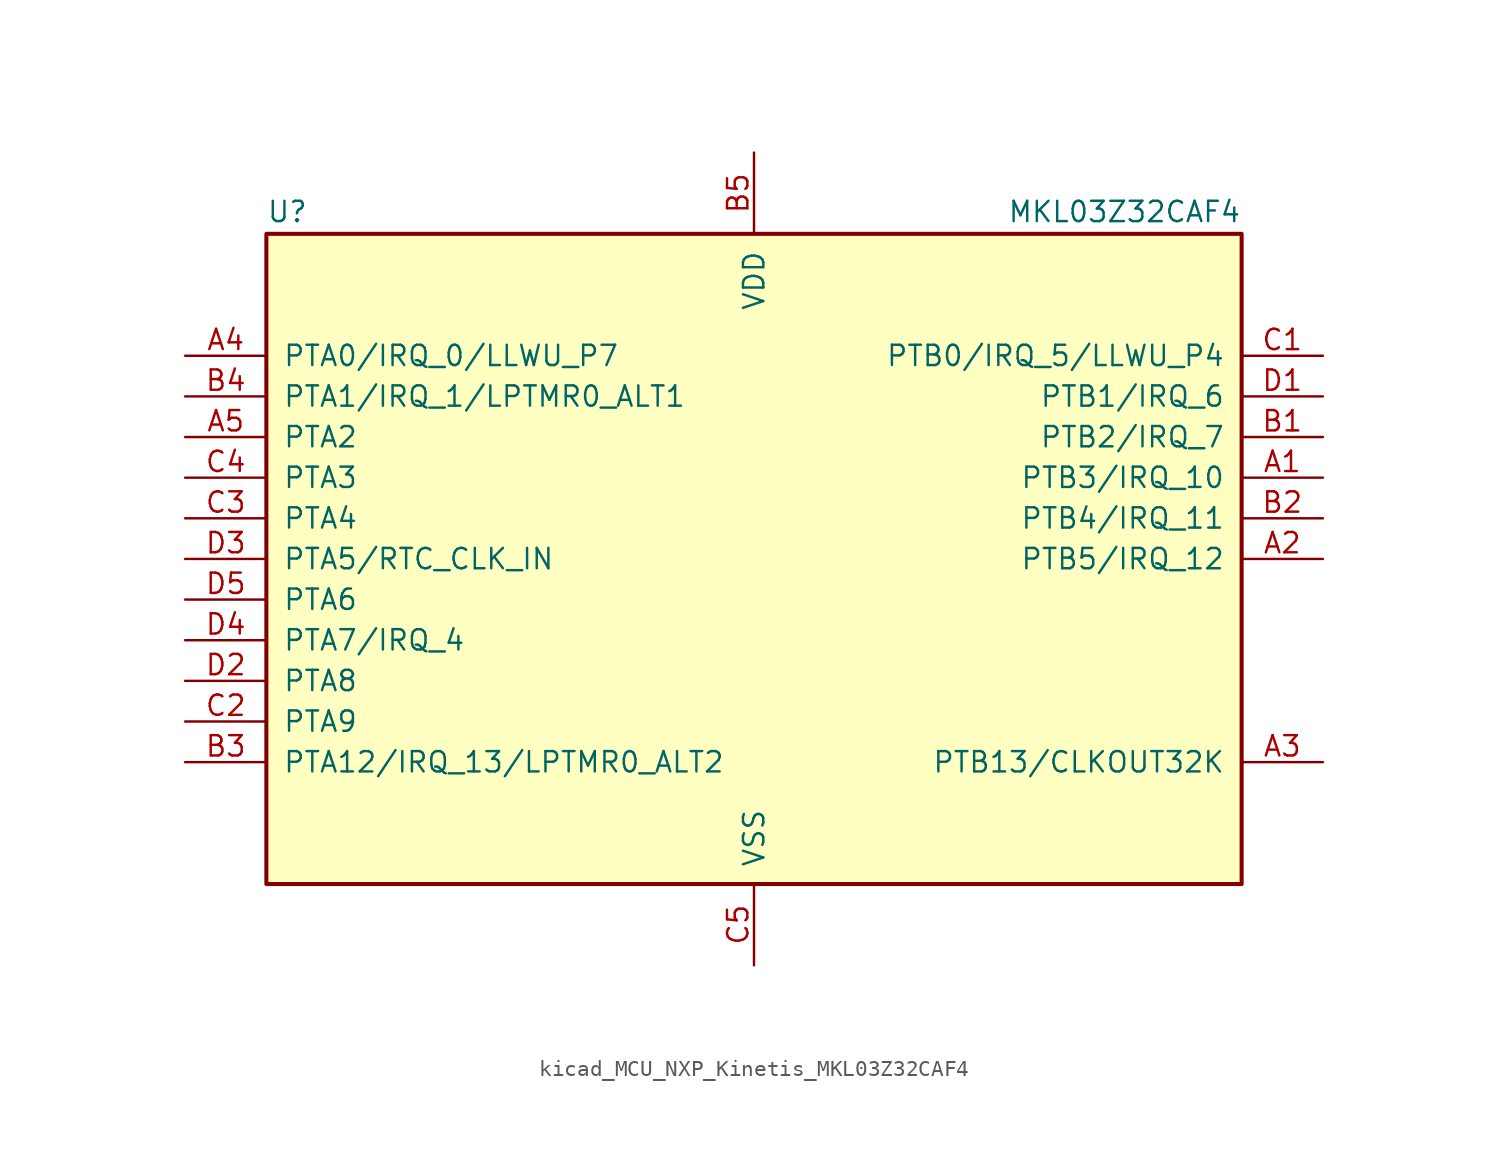
<source format=kicad_sym>
(kicad_symbol_lib
  (version 20220914)
  (generator kicad_symbol_editor)
  (symbol "kicad_MCU_NXP_Kinetis_MKL03Z32CAF4"
    (pin_names
      (offset 1.016))
    (property "Reference" "U"
      (at -30.48 20.955 0)
      (effects (font (size 1.27 1.27)) (justify left bottom)))
    (property "Value" "MKL03Z32CAF4"
      (at 30.48 20.955 0)
      (effects (font (size 1.27 1.27)) (justify right bottom)))
    (symbol "kicad_MCU_NXP_Kinetis_MKL03Z32CAF4_0_1"
      (rectangle (start -30.48 20.32) (end 30.48 -20.32) (stroke (width 0.254) (type default)) (fill (type background))))
    (symbol "kicad_MCU_NXP_Kinetis_MKL03Z32CAF4_1_1"
      (pin bidirectional line (at 35.56 5.08 180) (length 5.08) (name "PTB3/IRQ_10" (effects (font (size 1.27 1.27)))) (number "A1" (effects (font (size 1.27 1.27)))))
      (pin bidirectional line (at 35.56 0 180) (length 5.08) (name "PTB5/IRQ_12" (effects (font (size 1.27 1.27)))) (number "A2" (effects (font (size 1.27 1.27)))))
      (pin bidirectional line (at 35.56 -12.7 180) (length 5.08) (name "PTB13/CLKOUT32K" (effects (font (size 1.27 1.27)))) (number "A3" (effects (font (size 1.27 1.27)))))
      (pin bidirectional line (at -35.56 12.7 0) (length 5.08) (name "PTA0/IRQ_0/LLWU_P7" (effects (font (size 1.27 1.27)))) (number "A4" (effects (font (size 1.27 1.27)))))
      (pin bidirectional line (at -35.56 7.62 0) (length 5.08) (name "PTA2" (effects (font (size 1.27 1.27)))) (number "A5" (effects (font (size 1.27 1.27)))))
      (pin bidirectional line (at 35.56 7.62 180) (length 5.08) (name "PTB2/IRQ_7" (effects (font (size 1.27 1.27)))) (number "B1" (effects (font (size 1.27 1.27)))))
      (pin bidirectional line (at 35.56 2.54 180) (length 5.08) (name "PTB4/IRQ_11" (effects (font (size 1.27 1.27)))) (number "B2" (effects (font (size 1.27 1.27)))))
      (pin bidirectional line (at -35.56 -12.7 0) (length 5.08) (name "PTA12/IRQ_13/LPTMR0_ALT2" (effects (font (size 1.27 1.27)))) (number "B3" (effects (font (size 1.27 1.27)))))
      (pin bidirectional line (at -35.56 10.16 0) (length 5.08) (name "PTA1/IRQ_1/LPTMR0_ALT1" (effects (font (size 1.27 1.27)))) (number "B4" (effects (font (size 1.27 1.27)))))
      (pin power_in line (at 0 25.4 270) (length 5.08) (name "VDD" (effects (font (size 1.27 1.27)))) (number "B5" (effects (font (size 1.27 1.27)))))
      (pin bidirectional line (at 35.56 12.7 180) (length 5.08) (name "PTB0/IRQ_5/LLWU_P4" (effects (font (size 1.27 1.27)))) (number "C1" (effects (font (size 1.27 1.27)))))
      (pin bidirectional line (at -35.56 -10.16 0) (length 5.08) (name "PTA9" (effects (font (size 1.27 1.27)))) (number "C2" (effects (font (size 1.27 1.27)))))
      (pin bidirectional line (at -35.56 2.54 0) (length 5.08) (name "PTA4" (effects (font (size 1.27 1.27)))) (number "C3" (effects (font (size 1.27 1.27)))))
      (pin bidirectional line (at -35.56 5.08 0) (length 5.08) (name "PTA3" (effects (font (size 1.27 1.27)))) (number "C4" (effects (font (size 1.27 1.27)))))
      (pin power_in line (at 0 -25.4 90) (length 5.08) (name "VSS" (effects (font (size 1.27 1.27)))) (number "C5" (effects (font (size 1.27 1.27)))))
      (pin bidirectional line (at 35.56 10.16 180) (length 5.08) (name "PTB1/IRQ_6" (effects (font (size 1.27 1.27)))) (number "D1" (effects (font (size 1.27 1.27)))))
      (pin bidirectional line (at -35.56 -7.62 0) (length 5.08) (name "PTA8" (effects (font (size 1.27 1.27)))) (number "D2" (effects (font (size 1.27 1.27)))))
      (pin bidirectional line (at -35.56 0 0) (length 5.08) (name "PTA5/RTC_CLK_IN" (effects (font (size 1.27 1.27)))) (number "D3" (effects (font (size 1.27 1.27)))))
      (pin bidirectional line (at -35.56 -5.08 0) (length 5.08) (name "PTA7/IRQ_4" (effects (font (size 1.27 1.27)))) (number "D4" (effects (font (size 1.27 1.27)))))
      (pin bidirectional line (at -35.56 -2.54 0) (length 5.08) (name "PTA6" (effects (font (size 1.27 1.27)))) (number "D5" (effects (font (size 1.27 1.27))))))))
</source>
